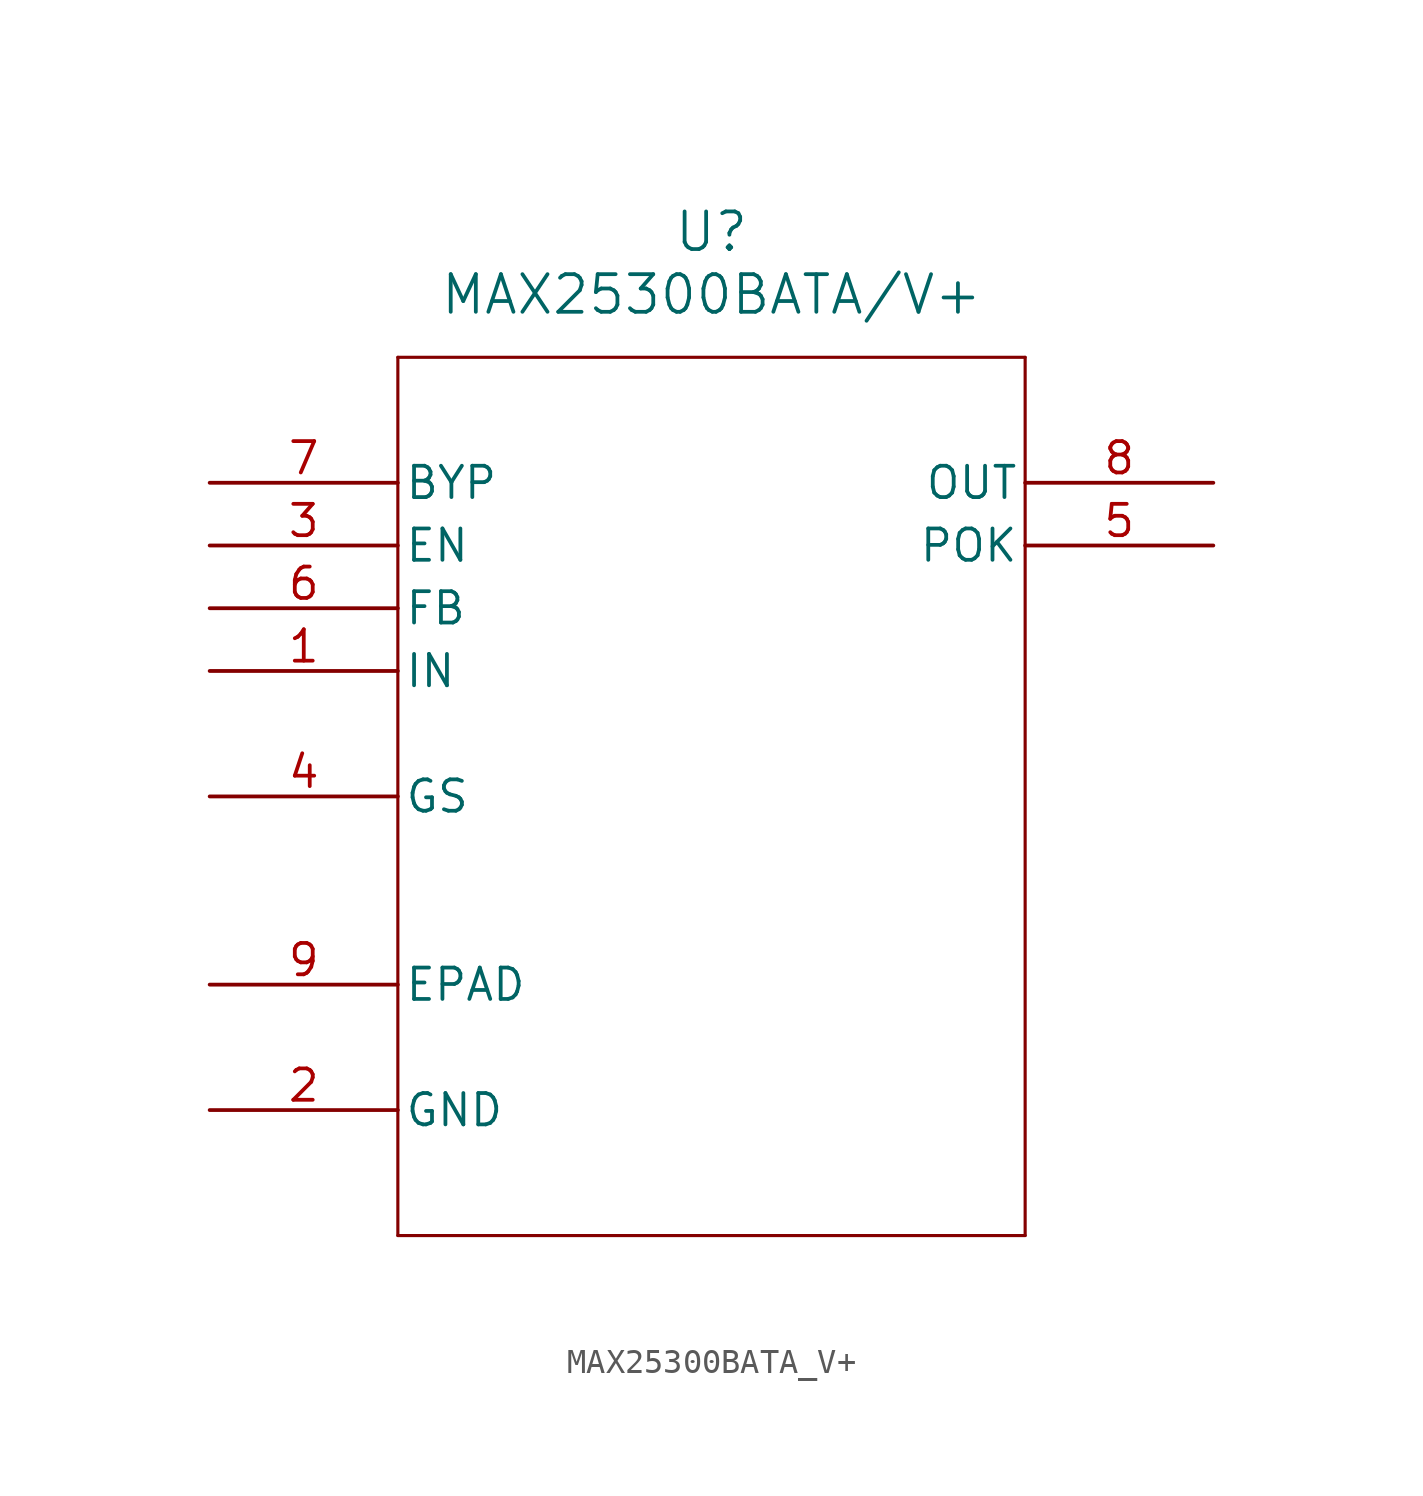
<source format=kicad_sym>
(kicad_symbol_lib
  (version 20211014)
  (generator kicad_symbol_editor)
  (symbol "MAX25300BATA_V+"
    (pin_names
      (offset 0.254))
    (property "Reference" "U"
      (at 20.32 10.16 0)
      (effects (font (size 1.524 1.524))))
    (property "Value" "MAX25300BATA/V+"
      (at 20.32 7.62 0)
      (effects (font (size 1.524 1.524))))
    (symbol "MAX25300BATA_V+_0_1"
      (polyline (pts (xy 7.62 5.08) (xy 7.62 -30.48)) (stroke (width 0.127) (type default) (color 0 0 0 0)) (fill (type none)))
      (polyline (pts (xy 7.62 -30.48) (xy 33.02 -30.48)) (stroke (width 0.127) (type default) (color 0 0 0 0)) (fill (type none)))
      (polyline (pts (xy 33.02 -30.48) (xy 33.02 5.08)) (stroke (width 0.127) (type default) (color 0 0 0 0)) (fill (type none)))
      (polyline (pts (xy 33.02 5.08) (xy 7.62 5.08)) (stroke (width 0.127) (type default) (color 0 0 0 0)) (fill (type none)))
      (pin input line (at 0 -7.62 0) (length 7.62) (name "IN" (effects (font (size 1.27 1.27)))) (number "1" (effects (font (size 1.27 1.27)))))
      (pin power_in line (at 0 -25.4 0) (length 7.62) (name "GND" (effects (font (size 1.27 1.27)))) (number "2" (effects (font (size 1.27 1.27)))))
      (pin input line (at 0 -2.54 0) (length 7.62) (name "EN" (effects (font (size 1.27 1.27)))) (number "3" (effects (font (size 1.27 1.27)))))
      (pin unspecified line (at 0 -12.7 0) (length 7.62) (name "GS" (effects (font (size 1.27 1.27)))) (number "4" (effects (font (size 1.27 1.27)))))
      (pin output line (at 40.64 -2.54 180) (length 7.62) (name "POK" (effects (font (size 1.27 1.27)))) (number "5" (effects (font (size 1.27 1.27)))))
      (pin input line (at 0 -5.08 0) (length 7.62) (name "FB" (effects (font (size 1.27 1.27)))) (number "6" (effects (font (size 1.27 1.27)))))
      (pin input line (at 0 0 0) (length 7.62) (name "BYP" (effects (font (size 1.27 1.27)))) (number "7" (effects (font (size 1.27 1.27)))))
      (pin output line (at 40.64 0 180) (length 7.62) (name "OUT" (effects (font (size 1.27 1.27)))) (number "8" (effects (font (size 1.27 1.27)))))
      (pin power_in line (at 0 -20.32 0) (length 7.62) (name "EPAD" (effects (font (size 1.27 1.27)))) (number "9" (effects (font (size 1.27 1.27))))))))
</source>
